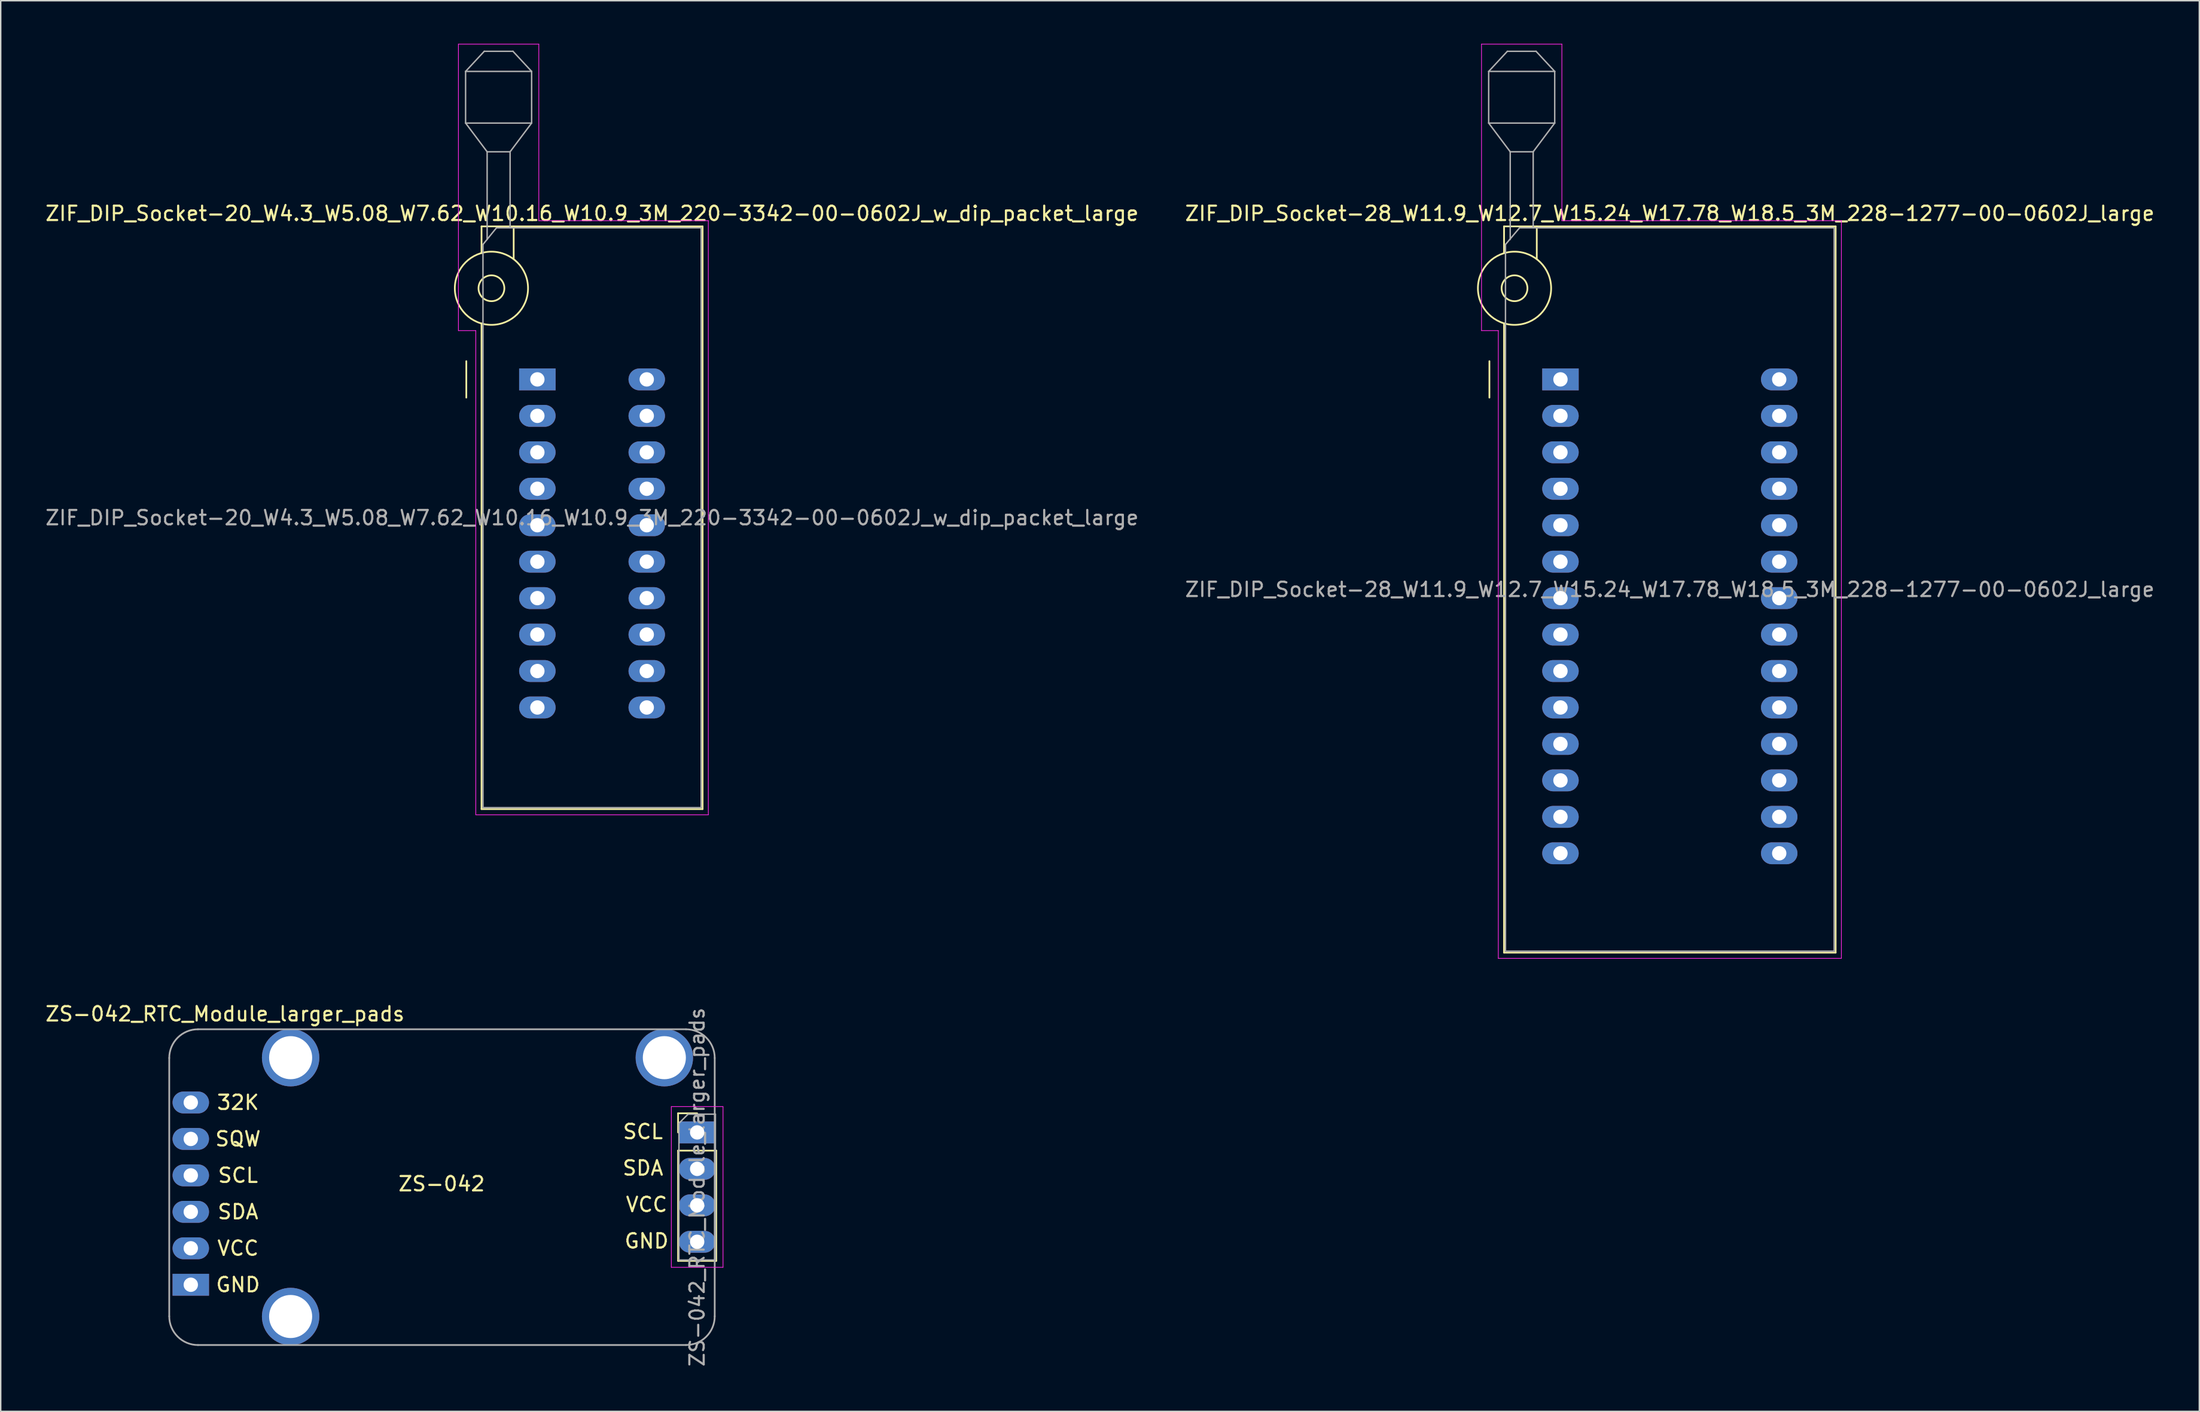
<source format=kicad_pcb>
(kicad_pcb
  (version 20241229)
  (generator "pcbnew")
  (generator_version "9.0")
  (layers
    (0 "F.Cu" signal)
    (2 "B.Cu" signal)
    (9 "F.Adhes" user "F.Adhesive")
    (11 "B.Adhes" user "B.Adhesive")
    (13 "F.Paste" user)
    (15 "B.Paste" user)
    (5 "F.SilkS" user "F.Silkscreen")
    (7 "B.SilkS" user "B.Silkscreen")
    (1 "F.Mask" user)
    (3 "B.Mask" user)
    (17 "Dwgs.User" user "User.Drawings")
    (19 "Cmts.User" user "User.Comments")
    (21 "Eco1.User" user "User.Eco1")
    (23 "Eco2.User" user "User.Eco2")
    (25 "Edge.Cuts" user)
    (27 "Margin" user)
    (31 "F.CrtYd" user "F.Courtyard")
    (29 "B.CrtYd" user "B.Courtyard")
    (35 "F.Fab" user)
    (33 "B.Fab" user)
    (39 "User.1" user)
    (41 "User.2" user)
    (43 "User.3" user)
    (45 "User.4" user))
  (footprint "ZIF_DIP_Socket-20_W4.3_W5.08_W7.62_W10.16_W10.9_3M_220-3342-00-0602J_w_dip_packet_large"
    (layer "F.Cu")
    (at 34.386 23.385)
    (property "Reference" "ZIF_DIP_Socket-20_W4.3_W5.08_W7.62_W10.16_W10.9_3M_220-3342-00-0602J_w_dip_packet_large" (at 3.81 -11.56 0) (layer "F.SilkS") (effects (font (size 1 1) (thickness 0.15))))
    (attr through_hole)
    (fp_line (start -4.95 1.27) (end -4.95 -1.27) (stroke (width 0.12) (type solid)) (layer "F.SilkS"))
    (fp_line (start -3.89 -10.66) (end -3.89 -8.8) (stroke (width 0.12) (type solid)) (layer "F.SilkS"))
    (fp_line (start -3.89 -3.9) (end -3.89 29.94) (stroke (width 0.12) (type solid)) (layer "F.SilkS"))
    (fp_line (start -3.89 29.94) (end 11.51 29.94) (stroke (width 0.12) (type solid)) (layer "F.SilkS"))
    (fp_line (start -1.65 -10.66) (end -1.65 -8.4) (stroke (width 0.12) (type solid)) (layer "F.SilkS"))
    (fp_line (start 11.51 -10.66) (end -3.89 -10.66) (stroke (width 0.12) (type solid)) (layer "F.SilkS"))
    (fp_line (start 11.51 29.94) (end 11.51 -10.66) (stroke (width 0.12) (type solid)) (layer "F.SilkS"))
    (fp_circle (center -3.2 -6.35) (end -2.3 -6.35) (stroke (width 0.12) (type solid)) (fill no) (layer "F.SilkS"))
    (fp_circle (center -3.2 -6.35) (end -0.65 -6.35) (stroke (width 0.12) (type solid)) (fill no) (layer "F.SilkS"))
    (fp_line (start -5.5 -23.36) (end 0.1 -23.36) (stroke (width 0.05) (type solid)) (layer "F.CrtYd"))
    (fp_line (start -5.5 -3.4) (end -5.5 -23.36) (stroke (width 0.05) (type solid)) (layer "F.CrtYd"))
    (fp_line (start -4.29 -3.4) (end -5.5 -3.4) (stroke (width 0.05) (type solid)) (layer "F.CrtYd"))
    (fp_line (start -4.29 30.34) (end -4.29 -3.4) (stroke (width 0.05) (type solid)) (layer "F.CrtYd"))
    (fp_line (start 0.1 -23.36) (end 0.1 -11.06) (stroke (width 0.05) (type solid)) (layer "F.CrtYd"))
    (fp_line (start 0.1 -11.06) (end 11.91 -11.06) (stroke (width 0.05) (type solid)) (layer "F.CrtYd"))
    (fp_line (start 11.91 -11.06) (end 11.91 30.34) (stroke (width 0.05) (type solid)) (layer "F.CrtYd"))
    (fp_line (start 11.91 30.34) (end -4.29 30.34) (stroke (width 0.05) (type solid)) (layer "F.CrtYd"))
    (fp_line (start -5 -21.46) (end -5 -17.86) (stroke (width 0.1) (type solid)) (layer "F.Fab"))
    (fp_line (start -5 -21.46) (end -3.7 -22.86) (stroke (width 0.1) (type solid)) (layer "F.Fab"))
    (fp_line (start -5 -17.86) (end -3.5 -15.86) (stroke (width 0.1) (type solid)) (layer "F.Fab"))
    (fp_line (start -5 -17.86) (end -0.4 -17.86) (stroke (width 0.1) (type solid)) (layer "F.Fab"))
    (fp_line (start -3.79 -9.4) (end -2.85 -10.56) (stroke (width 0.1) (type solid)) (layer "F.Fab"))
    (fp_line (start -3.79 29.84) (end -3.79 -9.4) (stroke (width 0.1) (type solid)) (layer "F.Fab"))
    (fp_line (start -3.7 -22.86) (end -1.7 -22.86) (stroke (width 0.1) (type solid)) (layer "F.Fab"))
    (fp_line (start -3.5 -15.86) (end -1.9 -15.86) (stroke (width 0.1) (type solid)) (layer "F.Fab"))
    (fp_line (start -3.5 -9.75) (end -3.5 -15.86) (stroke (width 0.1) (type solid)) (layer "F.Fab"))
    (fp_line (start -2.85 -10.56) (end 11.41 -10.56) (stroke (width 0.1) (type solid)) (layer "F.Fab"))
    (fp_line (start -1.9 -15.86) (end -1.9 -10.56) (stroke (width 0.1) (type solid)) (layer "F.Fab"))
    (fp_line (start -1.7 -22.86) (end -0.4 -21.46) (stroke (width 0.1) (type solid)) (layer "F.Fab"))
    (fp_line (start -0.4 -21.46) (end -5 -21.46) (stroke (width 0.1) (type solid)) (layer "F.Fab"))
    (fp_line (start -0.4 -17.86) (end -1.9 -15.86) (stroke (width 0.1) (type solid)) (layer "F.Fab"))
    (fp_line (start -0.4 -17.86) (end -0.4 -21.46) (stroke (width 0.1) (type solid)) (layer "F.Fab"))
    (fp_line (start 11.41 -10.56) (end 11.41 29.84) (stroke (width 0.1) (type solid)) (layer "F.Fab"))
    (fp_line (start 11.41 29.84) (end -3.79 29.84) (stroke (width 0.1) (type solid)) (layer "F.Fab"))
    (fp_text user "${REFERENCE}" (at 3.81 9.64 0) (layer "F.Fab") (effects (font (size 1 1) (thickness 0.15))))
    (pad "1" thru_hole rect (at 0 0) (size 2.54 1.524) (drill 1) (layers "*.Cu" "*.Mask"))
    (pad "2" thru_hole oval (at 0 2.54) (size 2.54 1.524) (drill 1) (layers "*.Cu" "*.Mask"))
    (pad "3" thru_hole oval (at 0 5.08) (size 2.54 1.524) (drill 1) (layers "*.Cu" "*.Mask"))
    (pad "4" thru_hole oval (at 0 7.62) (size 2.54 1.524) (drill 1) (layers "*.Cu" "*.Mask"))
    (pad "5" thru_hole oval (at 0 10.16) (size 2.54 1.524) (drill 1) (layers "*.Cu" "*.Mask"))
    (pad "6" thru_hole oval (at 0 12.7) (size 2.54 1.524) (drill 1) (layers "*.Cu" "*.Mask"))
    (pad "7" thru_hole oval (at 0 15.24) (size 2.54 1.524) (drill 1) (layers "*.Cu" "*.Mask"))
    (pad "8" thru_hole oval (at 0 17.78) (size 2.54 1.524) (drill 1) (layers "*.Cu" "*.Mask"))
    (pad "9" thru_hole oval (at 0 20.32) (size 2.54 1.524) (drill 1) (layers "*.Cu" "*.Mask"))
    (pad "10" thru_hole oval (at 0 22.86) (size 2.54 1.524) (drill 1) (layers "*.Cu" "*.Mask"))
    (pad "11" thru_hole oval (at 7.62 22.86) (size 2.54 1.524) (drill 1) (layers "*.Cu" "*.Mask"))
    (pad "12" thru_hole oval (at 7.62 20.32) (size 2.54 1.524) (drill 1) (layers "*.Cu" "*.Mask"))
    (pad "13" thru_hole oval (at 7.62 17.78) (size 2.54 1.524) (drill 1) (layers "*.Cu" "*.Mask"))
    (pad "14" thru_hole oval (at 7.62 15.24) (size 2.54 1.524) (drill 1) (layers "*.Cu" "*.Mask"))
    (pad "15" thru_hole oval (at 7.62 12.7) (size 2.54 1.524) (drill 1) (layers "*.Cu" "*.Mask"))
    (pad "16" thru_hole oval (at 7.62 10.16) (size 2.54 1.524) (drill 1) (layers "*.Cu" "*.Mask"))
    (pad "17" thru_hole oval (at 7.62 7.62) (size 2.54 1.524) (drill 1) (layers "*.Cu" "*.Mask"))
    (pad "18" thru_hole oval (at 7.62 5.08) (size 2.54 1.524) (drill 1) (layers "*.Cu" "*.Mask"))
    (pad "19" thru_hole oval (at 7.62 2.54) (size 2.54 1.524) (drill 1) (layers "*.Cu" "*.Mask"))
    (pad "20" thru_hole oval (at 7.62 0) (size 2.54 1.524) (drill 1) (layers "*.Cu" "*.Mask")))
  (footprint "ZS-042_RTC_Module_larger_pads"
    (layer "F.Cu")
    (at 45.518 75.853)
    (property "Reference" "ZS-042_RTC_Module_larger_pads" (at -32.893 -8.255 0) (layer "F.SilkS") (effects (font (size 1 1) (thickness 0.15))))
    (attr through_hole)
    (fp_line (start -1.33 -1.33) (end 0 -1.33) (stroke (width 0.12) (type solid)) (layer "F.SilkS"))
    (fp_line (start -1.33 0) (end -1.33 -1.33) (stroke (width 0.12) (type solid)) (layer "F.SilkS"))
    (fp_line (start -1.33 1.27) (end -1.33 8.95) (stroke (width 0.12) (type solid)) (layer "F.SilkS"))
    (fp_line (start -1.33 1.27) (end 1.33 1.27) (stroke (width 0.12) (type solid)) (layer "F.SilkS"))
    (fp_line (start -1.33 8.95) (end 1.33 8.95) (stroke (width 0.12) (type solid)) (layer "F.SilkS"))
    (fp_line (start 1.33 1.27) (end 1.33 8.95) (stroke (width 0.12) (type solid)) (layer "F.SilkS"))
    (fp_line (start -1.8 -1.8) (end -1.8 9.4) (stroke (width 0.05) (type solid)) (layer "F.CrtYd"))
    (fp_line (start -1.8 9.4) (end 1.8 9.4) (stroke (width 0.05) (type solid)) (layer "F.CrtYd"))
    (fp_line (start 1.8 -1.8) (end -1.8 -1.8) (stroke (width 0.05) (type solid)) (layer "F.CrtYd"))
    (fp_line (start 1.8 9.4) (end 1.8 -1.8) (stroke (width 0.05) (type solid)) (layer "F.CrtYd"))
    (fp_line (start -36.777 -5.186) (end -36.777 12.814) (stroke (width 0.12) (type solid)) (layer "F.Fab"))
    (fp_line (start -34.777 14.814) (end -0.777 14.814) (stroke (width 0.12) (type solid)) (layer "F.Fab"))
    (fp_line (start -1.27 -0.635) (end -0.635 -1.27) (stroke (width 0.1) (type solid)) (layer "F.Fab"))
    (fp_line (start -1.27 8.89) (end -1.27 -0.635) (stroke (width 0.1) (type solid)) (layer "F.Fab"))
    (fp_line (start -0.777 -7.186) (end -34.777 -7.186) (stroke (width 0.12) (type solid)) (layer "F.Fab"))
    (fp_line (start -0.635 -1.27) (end 1.27 -1.27) (stroke (width 0.1) (type solid)) (layer "F.Fab"))
    (fp_line (start 1.223 12.814) (end 1.223 -5.186) (stroke (width 0.12) (type solid)) (layer "F.Fab"))
    (fp_line (start 1.27 -1.27) (end 1.27 8.89) (stroke (width 0.1) (type solid)) (layer "F.Fab"))
    (fp_line (start 1.27 8.89) (end -1.27 8.89) (stroke (width 0.1) (type solid)) (layer "F.Fab"))
    (fp_arc (start -36.777 -5.186) (mid -36.191214 -6.600214) (end -34.777 -7.186) (stroke (width 0.12) (type solid)) (layer "F.Fab"))
    (fp_arc (start -34.777 14.814) (mid -36.191214 14.228214) (end -36.777 12.814) (stroke (width 0.12) (type solid)) (layer "F.Fab"))
    (fp_arc (start -0.777 -7.186) (mid 0.637214 -6.600214) (end 1.223 -5.186) (stroke (width 0.12) (type solid)) (layer "F.Fab"))
    (fp_arc (start 1.223 12.814) (mid 0.637214 14.228214) (end -0.777 14.814) (stroke (width 0.12) (type solid)) (layer "F.Fab"))
    (fp_text user "GND" (at -31.987 10.614 0) (layer "F.SilkS") (effects (font (size 1 1) (thickness 0.15))))
    (fp_text user "SCL" (at -31.987 2.994 0) (layer "F.SilkS") (effects (font (size 1 1) (thickness 0.15))))
    (fp_text user "32K" (at -31.987 -2.086 0) (layer "F.SilkS") (effects (font (size 1 1) (thickness 0.15))))
    (fp_text user "SCL" (at -3.777 -0.054 0) (layer "F.SilkS") (effects (font (size 1 1) (thickness 0.15))))
    (fp_text user "SQW" (at -31.987 0.454 0) (layer "F.SilkS") (effects (font (size 1 1) (thickness 0.15))))
    (fp_text user "SDA" (at -3.777 2.486 0) (layer "F.SilkS") (effects (font (size 1 1) (thickness 0.15))))
    (fp_text user "VCC" (at -3.523 5.026 0) (layer "F.SilkS") (effects (font (size 1 1) (thickness 0.15))))
    (fp_text user "VCC" (at -31.987 8.074 0) (layer "F.SilkS") (effects (font (size 1 1) (thickness 0.15))))
    (fp_text user "GND" (at -3.523 7.566 0) (layer "F.SilkS") (effects (font (size 1 1) (thickness 0.15))))
    (fp_text user "ZS-042" (at -17.801 3.584 0) (layer "F.SilkS") (effects (font (size 1 1) (thickness 0.15))))
    (fp_text user "SDA" (at -31.987 5.534 0) (layer "F.SilkS") (effects (font (size 1 1) (thickness 0.15))))
    (fp_text user "${REFERENCE}" (at 0 3.81 90) (layer "F.Fab") (effects (font (size 1 1) (thickness 0.15))))
    (pad "" np_thru_hole circle (at -28.321 -5.207) (size 4 4) (drill 3) (layers "*.Cu" "*.Mask"))
    (pad "" np_thru_hole circle (at -28.321 12.827) (size 4 4) (drill 3) (layers "*.Cu" "*.Mask"))
    (pad "" np_thru_hole circle (at -2.286 -5.207) (size 4 4) (drill 3) (layers "*.Cu" "*.Mask"))
    (pad "1" thru_hole oval (at -35.277 2.994) (size 2.54 1.524) (drill 1) (layers "*.Cu" "*.Mask"))
    (pad "1" thru_hole rect (at 0 0) (size 2.54 1.524) (drill 1) (layers "*.Cu" "*.Mask"))
    (pad "2" thru_hole oval (at -35.277 5.534) (size 2.54 1.524) (drill 1) (layers "*.Cu" "*.Mask"))
    (pad "2" thru_hole oval (at 0 2.54) (size 2.54 1.524) (drill 1) (layers "*.Cu" "*.Mask"))
    (pad "3" thru_hole oval (at -35.277 8.074) (size 2.54 1.524) (drill 1) (layers "*.Cu" "*.Mask"))
    (pad "3" thru_hole oval (at 0 5.08) (size 2.54 1.524) (drill 1) (layers "*.Cu" "*.Mask"))
    (pad "4" thru_hole rect (at -35.277 10.614) (size 2.54 1.524) (drill 1) (layers "*.Cu" "*.Mask"))
    (pad "4" thru_hole oval (at 0 7.62) (size 2.54 1.524) (drill 1) (layers "*.Cu" "*.Mask"))
    (pad "5" thru_hole oval (at -35.277 -2.086) (size 2.54 1.524) (drill 1) (layers "*.Cu" "*.Mask"))
    (pad "6" thru_hole oval (at -35.277 0.454) (size 2.54 1.524) (drill 1) (layers "*.Cu" "*.Mask")))
  (footprint "ZIF_DIP_Socket-28_W11.9_W12.7_W15.24_W17.78_W18.5_3M_228-1277-00-0602J_large"
    (layer "F.Cu")
    (at 105.66 23.385)
    (property "Reference" "ZIF_DIP_Socket-28_W11.9_W12.7_W15.24_W17.78_W18.5_3M_228-1277-00-0602J_large" (at 7.62 -11.56 0) (layer "F.SilkS") (effects (font (size 1 1) (thickness 0.15))))
    (attr through_hole)
    (fp_line (start -4.95 1.27) (end -4.95 -1.27) (stroke (width 0.12) (type solid)) (layer "F.SilkS"))
    (fp_line (start -3.93 -10.66) (end -3.93 -8.8) (stroke (width 0.12) (type solid)) (layer "F.SilkS"))
    (fp_line (start -3.93 -3.9) (end -3.93 39.94) (stroke (width 0.12) (type solid)) (layer "F.SilkS"))
    (fp_line (start -3.93 39.94) (end 19.17 39.94) (stroke (width 0.12) (type solid)) (layer "F.SilkS"))
    (fp_line (start -1.65 -10.66) (end -1.65 -8.4) (stroke (width 0.12) (type solid)) (layer "F.SilkS"))
    (fp_line (start 19.17 -10.66) (end -3.93 -10.66) (stroke (width 0.12) (type solid)) (layer "F.SilkS"))
    (fp_line (start 19.17 39.94) (end 19.17 -10.66) (stroke (width 0.12) (type solid)) (layer "F.SilkS"))
    (fp_circle (center -3.2 -6.35) (end -2.3 -6.35) (stroke (width 0.12) (type solid)) (fill no) (layer "F.SilkS"))
    (fp_circle (center -3.2 -6.35) (end -0.65 -6.35) (stroke (width 0.12) (type solid)) (fill no) (layer "F.SilkS"))
    (fp_line (start -5.5 -23.36) (end 0.1 -23.36) (stroke (width 0.05) (type solid)) (layer "F.CrtYd"))
    (fp_line (start -5.5 -3.4) (end -5.5 -23.36) (stroke (width 0.05) (type solid)) (layer "F.CrtYd"))
    (fp_line (start -4.33 -3.4) (end -5.5 -3.4) (stroke (width 0.05) (type solid)) (layer "F.CrtYd"))
    (fp_line (start -4.33 40.34) (end -4.33 -3.4) (stroke (width 0.05) (type solid)) (layer "F.CrtYd"))
    (fp_line (start 0.1 -23.36) (end 0.1 -11.06) (stroke (width 0.05) (type solid)) (layer "F.CrtYd"))
    (fp_line (start 0.1 -11.06) (end 19.57 -11.06) (stroke (width 0.05) (type solid)) (layer "F.CrtYd"))
    (fp_line (start 19.57 -11.06) (end 19.57 40.34) (stroke (width 0.05) (type solid)) (layer "F.CrtYd"))
    (fp_line (start 19.57 40.34) (end -4.33 40.34) (stroke (width 0.05) (type solid)) (layer "F.CrtYd"))
    (fp_line (start -5 -21.46) (end -5 -17.86) (stroke (width 0.1) (type solid)) (layer "F.Fab"))
    (fp_line (start -5 -21.46) (end -3.7 -22.86) (stroke (width 0.1) (type solid)) (layer "F.Fab"))
    (fp_line (start -5 -17.86) (end -3.5 -15.86) (stroke (width 0.1) (type solid)) (layer "F.Fab"))
    (fp_line (start -5 -17.86) (end -0.4 -17.86) (stroke (width 0.1) (type solid)) (layer "F.Fab"))
    (fp_line (start -3.83 -9.4) (end -2.85 -10.56) (stroke (width 0.1) (type solid)) (layer "F.Fab"))
    (fp_line (start -3.83 39.84) (end -3.83 -9.4) (stroke (width 0.1) (type solid)) (layer "F.Fab"))
    (fp_line (start -3.7 -22.86) (end -1.7 -22.86) (stroke (width 0.1) (type solid)) (layer "F.Fab"))
    (fp_line (start -3.5 -15.86) (end -1.9 -15.86) (stroke (width 0.1) (type solid)) (layer "F.Fab"))
    (fp_line (start -3.5 -9.75) (end -3.5 -15.86) (stroke (width 0.1) (type solid)) (layer "F.Fab"))
    (fp_line (start -2.85 -10.56) (end 19.07 -10.56) (stroke (width 0.1) (type solid)) (layer "F.Fab"))
    (fp_line (start -1.9 -15.86) (end -1.9 -10.56) (stroke (width 0.1) (type solid)) (layer "F.Fab"))
    (fp_line (start -1.7 -22.86) (end -0.4 -21.46) (stroke (width 0.1) (type solid)) (layer "F.Fab"))
    (fp_line (start -0.4 -21.46) (end -5 -21.46) (stroke (width 0.1) (type solid)) (layer "F.Fab"))
    (fp_line (start -0.4 -17.86) (end -1.9 -15.86) (stroke (width 0.1) (type solid)) (layer "F.Fab"))
    (fp_line (start -0.4 -17.86) (end -0.4 -21.46) (stroke (width 0.1) (type solid)) (layer "F.Fab"))
    (fp_line (start 19.07 -10.56) (end 19.07 39.84) (stroke (width 0.1) (type solid)) (layer "F.Fab"))
    (fp_line (start 19.07 39.84) (end -3.83 39.84) (stroke (width 0.1) (type solid)) (layer "F.Fab"))
    (fp_text user "${REFERENCE}" (at 7.62 14.64 0) (layer "F.Fab") (effects (font (size 1 1) (thickness 0.15))))
    (pad "1" thru_hole rect (at 0 0) (size 2.54 1.524) (drill 1) (layers "*.Cu" "*.Mask"))
    (pad "2" thru_hole oval (at 0 2.54) (size 2.54 1.524) (drill 1) (layers "*.Cu" "*.Mask"))
    (pad "3" thru_hole oval (at 0 5.08) (size 2.54 1.524) (drill 1) (layers "*.Cu" "*.Mask"))
    (pad "4" thru_hole oval (at 0 7.62) (size 2.54 1.524) (drill 1) (layers "*.Cu" "*.Mask"))
    (pad "5" thru_hole oval (at 0 10.16) (size 2.54 1.524) (drill 1) (layers "*.Cu" "*.Mask"))
    (pad "6" thru_hole oval (at 0 12.7) (size 2.54 1.524) (drill 1) (layers "*.Cu" "*.Mask"))
    (pad "7" thru_hole oval (at 0 15.24) (size 2.54 1.524) (drill 1) (layers "*.Cu" "*.Mask"))
    (pad "8" thru_hole oval (at 0 17.78) (size 2.54 1.524) (drill 1) (layers "*.Cu" "*.Mask"))
    (pad "9" thru_hole oval (at 0 20.32) (size 2.54 1.524) (drill 1) (layers "*.Cu" "*.Mask"))
    (pad "10" thru_hole oval (at 0 22.86) (size 2.54 1.524) (drill 1) (layers "*.Cu" "*.Mask"))
    (pad "11" thru_hole oval (at 0 25.4) (size 2.54 1.524) (drill 1) (layers "*.Cu" "*.Mask"))
    (pad "12" thru_hole oval (at 0 27.94) (size 2.54 1.524) (drill 1) (layers "*.Cu" "*.Mask"))
    (pad "13" thru_hole oval (at 0 30.48) (size 2.54 1.524) (drill 1) (layers "*.Cu" "*.Mask"))
    (pad "14" thru_hole oval (at 0 33.02) (size 2.54 1.524) (drill 1) (layers "*.Cu" "*.Mask"))
    (pad "15" thru_hole oval (at 15.24 33.02) (size 2.54 1.524) (drill 1) (layers "*.Cu" "*.Mask"))
    (pad "16" thru_hole oval (at 15.24 30.48) (size 2.54 1.524) (drill 1) (layers "*.Cu" "*.Mask"))
    (pad "17" thru_hole oval (at 15.24 27.94) (size 2.54 1.524) (drill 1) (layers "*.Cu" "*.Mask"))
    (pad "18" thru_hole oval (at 15.24 25.4) (size 2.54 1.524) (drill 1) (layers "*.Cu" "*.Mask"))
    (pad "19" thru_hole oval (at 15.24 22.86) (size 2.54 1.524) (drill 1) (layers "*.Cu" "*.Mask"))
    (pad "20" thru_hole oval (at 15.24 20.32) (size 2.54 1.524) (drill 1) (layers "*.Cu" "*.Mask"))
    (pad "21" thru_hole oval (at 15.24 17.78) (size 2.54 1.524) (drill 1) (layers "*.Cu" "*.Mask"))
    (pad "22" thru_hole oval (at 15.24 15.24) (size 2.54 1.524) (drill 1) (layers "*.Cu" "*.Mask"))
    (pad "23" thru_hole oval (at 15.24 12.7) (size 2.54 1.524) (drill 1) (layers "*.Cu" "*.Mask"))
    (pad "24" thru_hole oval (at 15.24 10.16) (size 2.54 1.524) (drill 1) (layers "*.Cu" "*.Mask"))
    (pad "25" thru_hole oval (at 15.24 7.62) (size 2.54 1.524) (drill 1) (layers "*.Cu" "*.Mask"))
    (pad "26" thru_hole oval (at 15.24 5.08) (size 2.54 1.524) (drill 1) (layers "*.Cu" "*.Mask"))
    (pad "27" thru_hole oval (at 15.24 2.54) (size 2.54 1.524) (drill 1) (layers "*.Cu" "*.Mask"))
    (pad "28" thru_hole oval (at 15.24 0) (size 2.54 1.524) (drill 1) (layers "*.Cu" "*.Mask")))
  (gr_rect
    (start -3 -3)
    (end 150.167 95.288)
    (stroke (width 0.1) (type default))
    (fill no)
    (layer "Edge.Cuts")))
</source>
